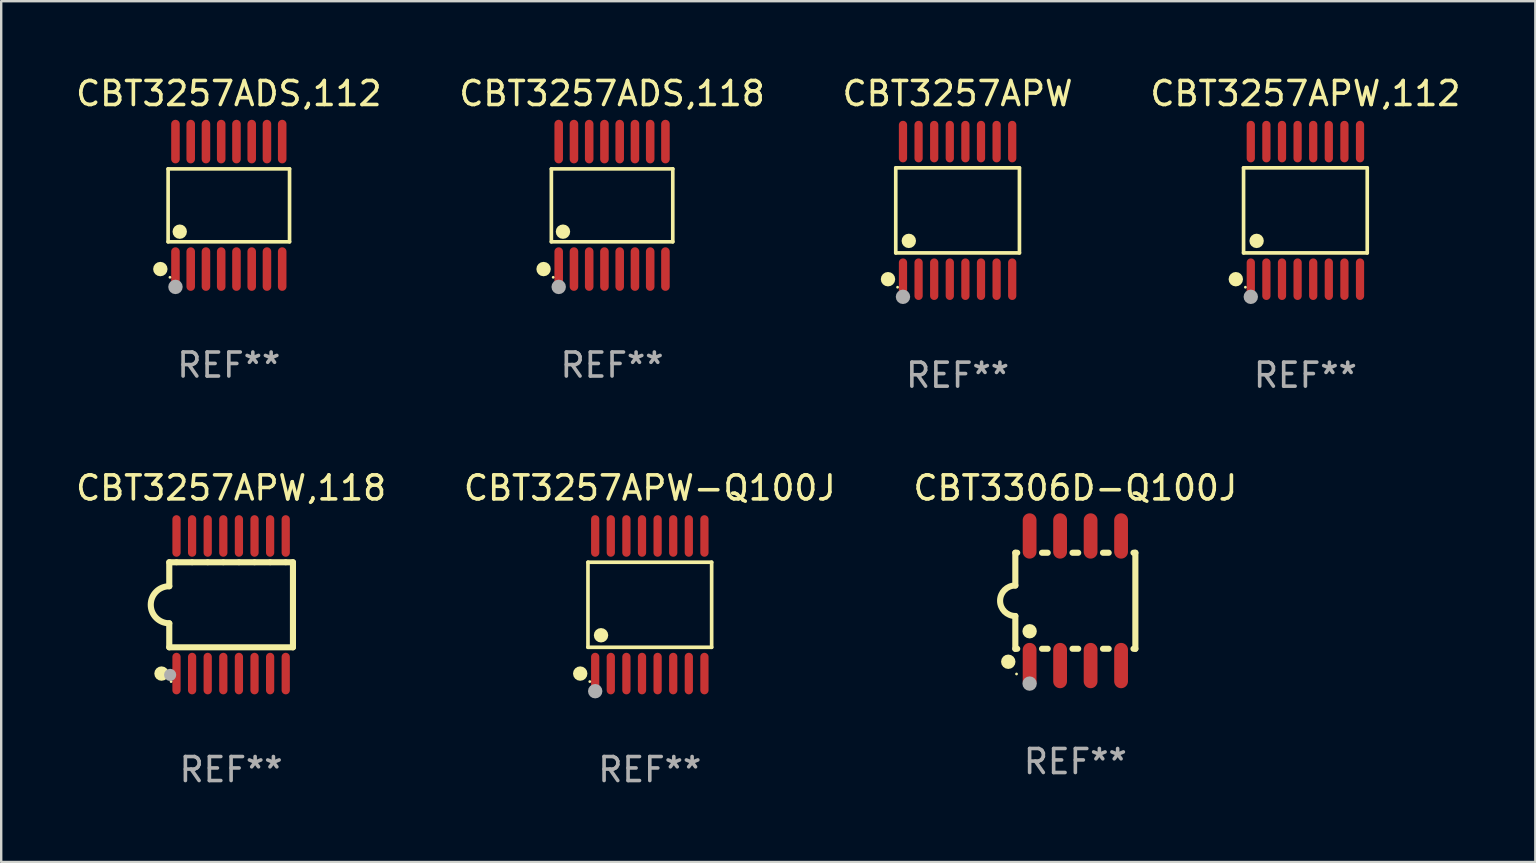
<source format=kicad_pcb>
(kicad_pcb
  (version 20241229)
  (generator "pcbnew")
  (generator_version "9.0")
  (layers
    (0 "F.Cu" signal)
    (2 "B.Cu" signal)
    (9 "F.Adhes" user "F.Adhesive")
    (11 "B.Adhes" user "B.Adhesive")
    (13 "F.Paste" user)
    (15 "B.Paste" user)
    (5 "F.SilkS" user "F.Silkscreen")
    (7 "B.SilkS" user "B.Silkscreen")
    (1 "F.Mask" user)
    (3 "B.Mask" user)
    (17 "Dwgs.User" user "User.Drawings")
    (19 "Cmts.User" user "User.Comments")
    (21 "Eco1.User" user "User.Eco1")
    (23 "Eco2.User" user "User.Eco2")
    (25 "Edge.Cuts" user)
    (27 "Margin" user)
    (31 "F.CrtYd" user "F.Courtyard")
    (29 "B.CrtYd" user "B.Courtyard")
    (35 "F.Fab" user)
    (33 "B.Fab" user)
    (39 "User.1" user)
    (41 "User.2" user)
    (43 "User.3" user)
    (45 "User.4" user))
  (footprint "CBT3306D-Q100J"
    (layer "F.Cu")
    (at 41.744 21.975)
    (property "Reference" "CBT3306D-Q100J" (at 0 -4.699 0) (layer "F.SilkS") (effects (font (size 1 1) (thickness 0.15))))
    (attr through_hole)
    (fp_line (start -2.5 -2) (end -2.5 -0.635) (stroke (width 0.254) (type solid)) (layer "F.SilkS"))
    (fp_line (start -2.5 -2) (end -2.421 -2) (stroke (width 0.254) (type solid)) (layer "F.SilkS"))
    (fp_line (start -2.5 2) (end -2.5 0.635) (stroke (width 0.254) (type solid)) (layer "F.SilkS"))
    (fp_line (start -2.5 2) (end -2.421 2) (stroke (width 0.254) (type solid)) (layer "F.SilkS"))
    (fp_line (start -1.389 -2) (end -1.151 -2) (stroke (width 0.254) (type solid)) (layer "F.SilkS"))
    (fp_line (start -1.389 2) (end -1.151 2) (stroke (width 0.254) (type solid)) (layer "F.SilkS"))
    (fp_line (start -0.119 -2) (end 0.119 -2) (stroke (width 0.254) (type solid)) (layer "F.SilkS"))
    (fp_line (start -0.119 2) (end 0.119 2) (stroke (width 0.254) (type solid)) (layer "F.SilkS"))
    (fp_line (start 1.151 -2) (end 1.389 -2) (stroke (width 0.254) (type solid)) (layer "F.SilkS"))
    (fp_line (start 1.151 2) (end 1.389 2) (stroke (width 0.254) (type solid)) (layer "F.SilkS"))
    (fp_line (start 2.421 -2) (end 2.5 -2) (stroke (width 0.254) (type solid)) (layer "F.SilkS"))
    (fp_line (start 2.421 2) (end 2.5 2) (stroke (width 0.254) (type solid)) (layer "F.SilkS"))
    (fp_line (start 2.5 -2) (end 2.5 2) (stroke (width 0.254) (type solid)) (layer "F.SilkS"))
    (fp_arc (start -2.5 0.635001) (mid -3.134366 -0.000318) (end -2.499365 -0.635001) (stroke (width 0.254001) (type solid)) (layer "F.SilkS"))
    (fp_circle (center -2.794 2.54) (end -2.644 2.54) (stroke (width 0.3) (type solid)) (fill no) (layer "F.SilkS"))
    (fp_circle (center -2.45 3.05) (end -2.42 3.05) (stroke (width 0.06) (type solid)) (fill no) (layer "F.SilkS"))
    (fp_circle (center -1.905 1.27) (end -1.755 1.27) (stroke (width 0.3) (type solid)) (fill no) (layer "F.SilkS"))
    (fp_circle (center -1.905 3.45) (end -1.755 3.45) (stroke (width 0.3) (type solid)) (fill no) (layer "F.Fab"))
    (fp_text user "REF**" (at 0 6.699 0) (layer "F.Fab") (effects (font (size 1 1) (thickness 0.15))))
    (pad "1" smd oval (at -1.905 2.699) (size 0.574 1.888) (layers "F.Cu" "F.Mask" "F.Paste"))
    (pad "2" smd oval (at -0.635 2.699) (size 0.574 1.888) (layers "F.Cu" "F.Mask" "F.Paste"))
    (pad "3" smd oval (at 0.635 2.699) (size 0.574 1.888) (layers "F.Cu" "F.Mask" "F.Paste"))
    (pad "4" smd oval (at 1.905 2.699) (size 0.574 1.888) (layers "F.Cu" "F.Mask" "F.Paste"))
    (pad "5" smd oval (at 1.905 -2.699) (size 0.574 1.888) (layers "F.Cu" "F.Mask" "F.Paste"))
    (pad "6" smd oval (at 0.635 -2.699) (size 0.574 1.888) (layers "F.Cu" "F.Mask" "F.Paste"))
    (pad "7" smd oval (at -0.635 -2.699) (size 0.574 1.888) (layers "F.Cu" "F.Mask" "F.Paste"))
    (pad "8" smd oval (at -1.905 -2.699) (size 0.574 1.888) (layers "F.Cu" "F.Mask" "F.Paste")))
  (footprint "CBT3257APW-Q100J"
    (layer "F.Cu")
    (at 24.018 22.142)
    (property "Reference" "CBT3257APW-Q100J" (at 0 -4.866 0) (layer "F.SilkS") (effects (font (size 1 1) (thickness 0.15))))
    (attr through_hole)
    (fp_line (start -2.576 -1.772) (end 2.576 -1.772) (stroke (width 0.152) (type solid)) (layer "F.SilkS"))
    (fp_line (start -2.576 1.771) (end -2.576 -1.772) (stroke (width 0.152) (type solid)) (layer "F.SilkS"))
    (fp_line (start 2.576 -1.772) (end 2.576 1.771) (stroke (width 0.152) (type solid)) (layer "F.SilkS"))
    (fp_line (start 2.576 1.771) (end -2.576 1.771) (stroke (width 0.152) (type solid)) (layer "F.SilkS"))
    (fp_circle (center -2.899 2.866) (end -2.749 2.866) (stroke (width 0.3) (type solid)) (fill no) (layer "F.SilkS"))
    (fp_circle (center -2.5 3.2) (end -2.47 3.2) (stroke (width 0.06) (type solid)) (fill no) (layer "F.SilkS"))
    (fp_circle (center -2.032 1.27) (end -1.882 1.27) (stroke (width 0.3) (type solid)) (fill no) (layer "F.SilkS"))
    (fp_circle (center -2.275 3.6) (end -2.125 3.6) (stroke (width 0.3) (type solid)) (fill no) (layer "F.Fab"))
    (fp_text user "REF**" (at 0 6.866 0) (layer "F.Fab") (effects (font (size 1 1) (thickness 0.15))))
    (pad "1" smd oval (at -2.275 2.866) (size 0.343 1.731) (layers "F.Cu" "F.Mask" "F.Paste"))
    (pad "2" smd oval (at -1.625 2.866) (size 0.343 1.731) (layers "F.Cu" "F.Mask" "F.Paste"))
    (pad "3" smd oval (at -0.975 2.866) (size 0.343 1.731) (layers "F.Cu" "F.Mask" "F.Paste"))
    (pad "4" smd oval (at -0.325 2.866) (size 0.343 1.731) (layers "F.Cu" "F.Mask" "F.Paste"))
    (pad "5" smd oval (at 0.325 2.866) (size 0.343 1.731) (layers "F.Cu" "F.Mask" "F.Paste"))
    (pad "6" smd oval (at 0.975 2.866) (size 0.343 1.731) (layers "F.Cu" "F.Mask" "F.Paste"))
    (pad "7" smd oval (at 1.625 2.866) (size 0.343 1.731) (layers "F.Cu" "F.Mask" "F.Paste"))
    (pad "8" smd oval (at 2.275 2.866) (size 0.343 1.731) (layers "F.Cu" "F.Mask" "F.Paste"))
    (pad "9" smd oval (at 2.275 -2.866) (size 0.343 1.731) (layers "F.Cu" "F.Mask" "F.Paste"))
    (pad "10" smd oval (at 1.625 -2.866) (size 0.343 1.731) (layers "F.Cu" "F.Mask" "F.Paste"))
    (pad "11" smd oval (at 0.975 -2.866) (size 0.343 1.731) (layers "F.Cu" "F.Mask" "F.Paste"))
    (pad "12" smd oval (at 0.325 -2.866) (size 0.343 1.731) (layers "F.Cu" "F.Mask" "F.Paste"))
    (pad "13" smd oval (at -0.325 -2.866) (size 0.343 1.731) (layers "F.Cu" "F.Mask" "F.Paste"))
    (pad "14" smd oval (at -0.975 -2.866) (size 0.343 1.731) (layers "F.Cu" "F.Mask" "F.Paste"))
    (pad "15" smd oval (at -1.625 -2.866) (size 0.343 1.731) (layers "F.Cu" "F.Mask" "F.Paste"))
    (pad "16" smd oval (at -2.275 -2.866) (size 0.343 1.731) (layers "F.Cu" "F.Mask" "F.Paste")))
  (footprint "CBT3257APW"
    (layer "F.Cu")
    (at 36.839 5.714)
    (property "Reference" "CBT3257APW" (at 0 -4.866 0) (layer "F.SilkS") (effects (font (size 1 1) (thickness 0.15))))
    (attr through_hole)
    (fp_line (start -2.576 -1.772) (end 2.576 -1.772) (stroke (width 0.152) (type solid)) (layer "F.SilkS"))
    (fp_line (start -2.576 1.771) (end -2.576 -1.772) (stroke (width 0.152) (type solid)) (layer "F.SilkS"))
    (fp_line (start 2.576 -1.772) (end 2.576 1.771) (stroke (width 0.152) (type solid)) (layer "F.SilkS"))
    (fp_line (start 2.576 1.771) (end -2.576 1.771) (stroke (width 0.152) (type solid)) (layer "F.SilkS"))
    (fp_circle (center -2.899 2.866) (end -2.749 2.866) (stroke (width 0.3) (type solid)) (fill no) (layer "F.SilkS"))
    (fp_circle (center -2.5 3.2) (end -2.47 3.2) (stroke (width 0.06) (type solid)) (fill no) (layer "F.SilkS"))
    (fp_circle (center -2.032 1.27) (end -1.882 1.27) (stroke (width 0.3) (type solid)) (fill no) (layer "F.SilkS"))
    (fp_circle (center -2.275 3.6) (end -2.125 3.6) (stroke (width 0.3) (type solid)) (fill no) (layer "F.Fab"))
    (fp_text user "REF**" (at 0 6.866 0) (layer "F.Fab") (effects (font (size 1 1) (thickness 0.15))))
    (pad "1" smd oval (at -2.275 2.866) (size 0.343 1.731) (layers "F.Cu" "F.Mask" "F.Paste"))
    (pad "2" smd oval (at -1.625 2.866) (size 0.343 1.731) (layers "F.Cu" "F.Mask" "F.Paste"))
    (pad "3" smd oval (at -0.975 2.866) (size 0.343 1.731) (layers "F.Cu" "F.Mask" "F.Paste"))
    (pad "4" smd oval (at -0.325 2.866) (size 0.343 1.731) (layers "F.Cu" "F.Mask" "F.Paste"))
    (pad "5" smd oval (at 0.325 2.866) (size 0.343 1.731) (layers "F.Cu" "F.Mask" "F.Paste"))
    (pad "6" smd oval (at 0.975 2.866) (size 0.343 1.731) (layers "F.Cu" "F.Mask" "F.Paste"))
    (pad "7" smd oval (at 1.625 2.866) (size 0.343 1.731) (layers "F.Cu" "F.Mask" "F.Paste"))
    (pad "8" smd oval (at 2.275 2.866) (size 0.343 1.731) (layers "F.Cu" "F.Mask" "F.Paste"))
    (pad "9" smd oval (at 2.275 -2.866) (size 0.343 1.731) (layers "F.Cu" "F.Mask" "F.Paste"))
    (pad "10" smd oval (at 1.625 -2.866) (size 0.343 1.731) (layers "F.Cu" "F.Mask" "F.Paste"))
    (pad "11" smd oval (at 0.975 -2.866) (size 0.343 1.731) (layers "F.Cu" "F.Mask" "F.Paste"))
    (pad "12" smd oval (at 0.325 -2.866) (size 0.343 1.731) (layers "F.Cu" "F.Mask" "F.Paste"))
    (pad "13" smd oval (at -0.325 -2.866) (size 0.343 1.731) (layers "F.Cu" "F.Mask" "F.Paste"))
    (pad "14" smd oval (at -0.975 -2.866) (size 0.343 1.731) (layers "F.Cu" "F.Mask" "F.Paste"))
    (pad "15" smd oval (at -1.625 -2.866) (size 0.343 1.731) (layers "F.Cu" "F.Mask" "F.Paste"))
    (pad "16" smd oval (at -2.275 -2.866) (size 0.343 1.731) (layers "F.Cu" "F.Mask" "F.Paste")))
  (footprint "CBT3257APW,118"
    (layer "F.Cu")
    (at 6.577 22.142)
    (property "Reference" "CBT3257APW,118" (at 0 -4.866 0) (layer "F.SilkS") (effects (font (size 1 1) (thickness 0.15))))
    (attr through_hole)
    (fp_line (start -2.576 -1.771) (end -2.576 -0.771) (stroke (width 0.254) (type solid)) (layer "F.SilkS"))
    (fp_line (start -2.576 -1.771) (end -2.289 -1.771) (stroke (width 0.254) (type solid)) (layer "F.SilkS"))
    (fp_line (start -2.576 1.771) (end -2.576 0.771) (stroke (width 0.254) (type solid)) (layer "F.SilkS"))
    (fp_line (start -2.261 -1.771) (end -1.639 -1.771) (stroke (width 0.254) (type solid)) (layer "F.SilkS"))
    (fp_line (start -1.612 -1.771) (end -0.989 -1.771) (stroke (width 0.254) (type solid)) (layer "F.SilkS"))
    (fp_line (start -0.962 -1.771) (end -0.338 -1.771) (stroke (width 0.254) (type solid)) (layer "F.SilkS"))
    (fp_line (start -0.311 -1.771) (end 0.312 -1.771) (stroke (width 0.254) (type solid)) (layer "F.SilkS"))
    (fp_line (start 0.339 -1.771) (end 0.962 -1.771) (stroke (width 0.254) (type solid)) (layer "F.SilkS"))
    (fp_line (start 0.989 -1.771) (end 1.612 -1.771) (stroke (width 0.254) (type solid)) (layer "F.SilkS"))
    (fp_line (start 1.639 -1.771) (end 2.261 -1.771) (stroke (width 0.254) (type solid)) (layer "F.SilkS"))
    (fp_line (start 2.289 -1.771) (end 2.576 -1.771) (stroke (width 0.254) (type solid)) (layer "F.SilkS"))
    (fp_line (start 2.576 -1.771) (end 2.576 1.771) (stroke (width 0.254) (type solid)) (layer "F.SilkS"))
    (fp_line (start 2.576 1.771) (end -2.576 1.771) (stroke (width 0.254) (type solid)) (layer "F.SilkS"))
    (fp_arc (start -2.576226 0.7714) (mid -3.346889 -0.000648) (end -2.575311 -0.771781) (stroke (width 0.254001) (type solid)) (layer "F.SilkS"))
    (fp_circle (center -2.899 2.866) (end -2.749 2.866) (stroke (width 0.3) (type solid)) (fill no) (layer "F.SilkS"))
    (fp_circle (center -2.5 3.2) (end -2.47 3.2) (stroke (width 0.06) (type solid)) (fill no) (layer "F.SilkS"))
    (fp_circle (center -2.54 2.921) (end -2.413 2.921) (stroke (width 0.254) (type solid)) (fill no) (layer "F.Fab"))
    (fp_text user "REF**" (at 0 6.866 0) (layer "F.Fab") (effects (font (size 1 1) (thickness 0.15))))
    (pad "1" smd oval (at -2.275 2.866) (size 0.343 1.731) (layers "F.Cu" "F.Mask" "F.Paste"))
    (pad "2" smd oval (at -1.625 2.866) (size 0.343 1.731) (layers "F.Cu" "F.Mask" "F.Paste"))
    (pad "3" smd oval (at -0.975 2.866) (size 0.343 1.731) (layers "F.Cu" "F.Mask" "F.Paste"))
    (pad "4" smd oval (at -0.325 2.866) (size 0.343 1.731) (layers "F.Cu" "F.Mask" "F.Paste"))
    (pad "5" smd oval (at 0.325 2.866) (size 0.343 1.731) (layers "F.Cu" "F.Mask" "F.Paste"))
    (pad "6" smd oval (at 0.975 2.866) (size 0.343 1.731) (layers "F.Cu" "F.Mask" "F.Paste"))
    (pad "7" smd oval (at 1.625 2.866) (size 0.343 1.731) (layers "F.Cu" "F.Mask" "F.Paste"))
    (pad "8" smd oval (at 2.275 2.866) (size 0.343 1.731) (layers "F.Cu" "F.Mask" "F.Paste"))
    (pad "9" smd oval (at 2.275 -2.866) (size 0.343 1.731) (layers "F.Cu" "F.Mask" "F.Paste"))
    (pad "10" smd oval (at 1.625 -2.866) (size 0.343 1.731) (layers "F.Cu" "F.Mask" "F.Paste"))
    (pad "11" smd oval (at 0.975 -2.866) (size 0.343 1.731) (layers "F.Cu" "F.Mask" "F.Paste"))
    (pad "12" smd oval (at 0.325 -2.866) (size 0.343 1.731) (layers "F.Cu" "F.Mask" "F.Paste"))
    (pad "13" smd oval (at -0.325 -2.866) (size 0.343 1.731) (layers "F.Cu" "F.Mask" "F.Paste"))
    (pad "14" smd oval (at -0.975 -2.866) (size 0.343 1.731) (layers "F.Cu" "F.Mask" "F.Paste"))
    (pad "15" smd oval (at -1.625 -2.866) (size 0.343 1.731) (layers "F.Cu" "F.Mask" "F.Paste"))
    (pad "16" smd oval (at -2.275 -2.866) (size 0.343 1.731) (layers "F.Cu" "F.Mask" "F.Paste")))
  (footprint "CBT3257ADS,118"
    (layer "F.Cu")
    (at 22.446 5.503)
    (property "Reference" "CBT3257ADS,118" (at 0 -4.655 0) (layer "F.SilkS") (effects (font (size 1 1) (thickness 0.15))))
    (attr through_hole)
    (fp_line (start -2.529 -1.519) (end 2.529 -1.519) (stroke (width 0.152) (type solid)) (layer "F.SilkS"))
    (fp_line (start -2.529 1.519) (end -2.529 -1.519) (stroke (width 0.152) (type solid)) (layer "F.SilkS"))
    (fp_line (start 2.529 -1.519) (end 2.529 1.519) (stroke (width 0.152) (type solid)) (layer "F.SilkS"))
    (fp_line (start 2.529 1.519) (end -2.529 1.519) (stroke (width 0.152) (type solid)) (layer "F.SilkS"))
    (fp_circle (center -2.853 2.655) (end -2.703 2.655) (stroke (width 0.3) (type solid)) (fill no) (layer "F.SilkS"))
    (fp_circle (center -2.453 2.998) (end -2.423 2.998) (stroke (width 0.06) (type solid)) (fill no) (layer "F.SilkS"))
    (fp_circle (center -2.045 1.097) (end -1.895 1.097) (stroke (width 0.3) (type solid)) (fill no) (layer "F.SilkS"))
    (fp_circle (center -2.223 3.398) (end -2.072 3.398) (stroke (width 0.3) (type solid)) (fill no) (layer "F.Fab"))
    (fp_text user "REF**" (at 0 6.655 0) (layer "F.Fab") (effects (font (size 1 1) (thickness 0.15))))
    (pad "1" smd oval (at -2.223 2.655) (size 0.356 1.815) (layers "F.Cu" "F.Mask" "F.Paste"))
    (pad "2" smd oval (at -1.588 2.655) (size 0.356 1.815) (layers "F.Cu" "F.Mask" "F.Paste"))
    (pad "3" smd oval (at -0.953 2.655) (size 0.356 1.815) (layers "F.Cu" "F.Mask" "F.Paste"))
    (pad "4" smd oval (at -0.318 2.655) (size 0.356 1.815) (layers "F.Cu" "F.Mask" "F.Paste"))
    (pad "5" smd oval (at 0.318 2.655) (size 0.356 1.815) (layers "F.Cu" "F.Mask" "F.Paste"))
    (pad "6" smd oval (at 0.953 2.655) (size 0.356 1.815) (layers "F.Cu" "F.Mask" "F.Paste"))
    (pad "7" smd oval (at 1.588 2.655) (size 0.356 1.815) (layers "F.Cu" "F.Mask" "F.Paste"))
    (pad "8" smd oval (at 2.223 2.655) (size 0.356 1.815) (layers "F.Cu" "F.Mask" "F.Paste"))
    (pad "9" smd oval (at 2.223 -2.655) (size 0.356 1.815) (layers "F.Cu" "F.Mask" "F.Paste"))
    (pad "10" smd oval (at 1.588 -2.655) (size 0.356 1.815) (layers "F.Cu" "F.Mask" "F.Paste"))
    (pad "11" smd oval (at 0.953 -2.655) (size 0.356 1.815) (layers "F.Cu" "F.Mask" "F.Paste"))
    (pad "12" smd oval (at 0.318 -2.655) (size 0.356 1.815) (layers "F.Cu" "F.Mask" "F.Paste"))
    (pad "13" smd oval (at -0.318 -2.655) (size 0.356 1.815) (layers "F.Cu" "F.Mask" "F.Paste"))
    (pad "14" smd oval (at -0.953 -2.655) (size 0.356 1.815) (layers "F.Cu" "F.Mask" "F.Paste"))
    (pad "15" smd oval (at -1.588 -2.655) (size 0.356 1.815) (layers "F.Cu" "F.Mask" "F.Paste"))
    (pad "16" smd oval (at -2.223 -2.655) (size 0.356 1.815) (layers "F.Cu" "F.Mask" "F.Paste")))
  (footprint "CBT3257APW,112"
    (layer "F.Cu")
    (at 51.327 5.714)
    (property "Reference" "CBT3257APW,112" (at 0 -4.866 0) (layer "F.SilkS") (effects (font (size 1 1) (thickness 0.15))))
    (attr through_hole)
    (fp_line (start -2.576 -1.772) (end 2.576 -1.772) (stroke (width 0.152) (type solid)) (layer "F.SilkS"))
    (fp_line (start -2.576 1.771) (end -2.576 -1.772) (stroke (width 0.152) (type solid)) (layer "F.SilkS"))
    (fp_line (start 2.576 -1.772) (end 2.576 1.771) (stroke (width 0.152) (type solid)) (layer "F.SilkS"))
    (fp_line (start 2.576 1.771) (end -2.576 1.771) (stroke (width 0.152) (type solid)) (layer "F.SilkS"))
    (fp_circle (center -2.899 2.866) (end -2.749 2.866) (stroke (width 0.3) (type solid)) (fill no) (layer "F.SilkS"))
    (fp_circle (center -2.5 3.2) (end -2.47 3.2) (stroke (width 0.06) (type solid)) (fill no) (layer "F.SilkS"))
    (fp_circle (center -2.032 1.27) (end -1.882 1.27) (stroke (width 0.3) (type solid)) (fill no) (layer "F.SilkS"))
    (fp_circle (center -2.275 3.6) (end -2.125 3.6) (stroke (width 0.3) (type solid)) (fill no) (layer "F.Fab"))
    (fp_text user "REF**" (at 0 6.866 0) (layer "F.Fab") (effects (font (size 1 1) (thickness 0.15))))
    (pad "1" smd oval (at -2.275 2.866) (size 0.343 1.731) (layers "F.Cu" "F.Mask" "F.Paste"))
    (pad "2" smd oval (at -1.625 2.866) (size 0.343 1.731) (layers "F.Cu" "F.Mask" "F.Paste"))
    (pad "3" smd oval (at -0.975 2.866) (size 0.343 1.731) (layers "F.Cu" "F.Mask" "F.Paste"))
    (pad "4" smd oval (at -0.325 2.866) (size 0.343 1.731) (layers "F.Cu" "F.Mask" "F.Paste"))
    (pad "5" smd oval (at 0.325 2.866) (size 0.343 1.731) (layers "F.Cu" "F.Mask" "F.Paste"))
    (pad "6" smd oval (at 0.975 2.866) (size 0.343 1.731) (layers "F.Cu" "F.Mask" "F.Paste"))
    (pad "7" smd oval (at 1.625 2.866) (size 0.343 1.731) (layers "F.Cu" "F.Mask" "F.Paste"))
    (pad "8" smd oval (at 2.275 2.866) (size 0.343 1.731) (layers "F.Cu" "F.Mask" "F.Paste"))
    (pad "9" smd oval (at 2.275 -2.866) (size 0.343 1.731) (layers "F.Cu" "F.Mask" "F.Paste"))
    (pad "10" smd oval (at 1.625 -2.866) (size 0.343 1.731) (layers "F.Cu" "F.Mask" "F.Paste"))
    (pad "11" smd oval (at 0.975 -2.866) (size 0.343 1.731) (layers "F.Cu" "F.Mask" "F.Paste"))
    (pad "12" smd oval (at 0.325 -2.866) (size 0.343 1.731) (layers "F.Cu" "F.Mask" "F.Paste"))
    (pad "13" smd oval (at -0.325 -2.866) (size 0.343 1.731) (layers "F.Cu" "F.Mask" "F.Paste"))
    (pad "14" smd oval (at -0.975 -2.866) (size 0.343 1.731) (layers "F.Cu" "F.Mask" "F.Paste"))
    (pad "15" smd oval (at -1.625 -2.866) (size 0.343 1.731) (layers "F.Cu" "F.Mask" "F.Paste"))
    (pad "16" smd oval (at -2.275 -2.866) (size 0.343 1.731) (layers "F.Cu" "F.Mask" "F.Paste")))
  (footprint "CBT3257ADS,112"
    (layer "F.Cu")
    (at 6.482 5.503)
    (property "Reference" "CBT3257ADS,112" (at 0 -4.655 0) (layer "F.SilkS") (effects (font (size 1 1) (thickness 0.15))))
    (attr through_hole)
    (fp_line (start -2.529 -1.519) (end 2.529 -1.519) (stroke (width 0.152) (type solid)) (layer "F.SilkS"))
    (fp_line (start -2.529 1.519) (end -2.529 -1.519) (stroke (width 0.152) (type solid)) (layer "F.SilkS"))
    (fp_line (start 2.529 -1.519) (end 2.529 1.519) (stroke (width 0.152) (type solid)) (layer "F.SilkS"))
    (fp_line (start 2.529 1.519) (end -2.529 1.519) (stroke (width 0.152) (type solid)) (layer "F.SilkS"))
    (fp_circle (center -2.853 2.655) (end -2.703 2.655) (stroke (width 0.3) (type solid)) (fill no) (layer "F.SilkS"))
    (fp_circle (center -2.453 2.998) (end -2.423 2.998) (stroke (width 0.06) (type solid)) (fill no) (layer "F.SilkS"))
    (fp_circle (center -2.045 1.097) (end -1.895 1.097) (stroke (width 0.3) (type solid)) (fill no) (layer "F.SilkS"))
    (fp_circle (center -2.223 3.398) (end -2.072 3.398) (stroke (width 0.3) (type solid)) (fill no) (layer "F.Fab"))
    (fp_text user "REF**" (at 0 6.655 0) (layer "F.Fab") (effects (font (size 1 1) (thickness 0.15))))
    (pad "1" smd oval (at -2.223 2.655) (size 0.356 1.815) (layers "F.Cu" "F.Mask" "F.Paste"))
    (pad "2" smd oval (at -1.588 2.655) (size 0.356 1.815) (layers "F.Cu" "F.Mask" "F.Paste"))
    (pad "3" smd oval (at -0.953 2.655) (size 0.356 1.815) (layers "F.Cu" "F.Mask" "F.Paste"))
    (pad "4" smd oval (at -0.318 2.655) (size 0.356 1.815) (layers "F.Cu" "F.Mask" "F.Paste"))
    (pad "5" smd oval (at 0.318 2.655) (size 0.356 1.815) (layers "F.Cu" "F.Mask" "F.Paste"))
    (pad "6" smd oval (at 0.953 2.655) (size 0.356 1.815) (layers "F.Cu" "F.Mask" "F.Paste"))
    (pad "7" smd oval (at 1.588 2.655) (size 0.356 1.815) (layers "F.Cu" "F.Mask" "F.Paste"))
    (pad "8" smd oval (at 2.223 2.655) (size 0.356 1.815) (layers "F.Cu" "F.Mask" "F.Paste"))
    (pad "9" smd oval (at 2.223 -2.655) (size 0.356 1.815) (layers "F.Cu" "F.Mask" "F.Paste"))
    (pad "10" smd oval (at 1.588 -2.655) (size 0.356 1.815) (layers "F.Cu" "F.Mask" "F.Paste"))
    (pad "11" smd oval (at 0.953 -2.655) (size 0.356 1.815) (layers "F.Cu" "F.Mask" "F.Paste"))
    (pad "12" smd oval (at 0.318 -2.655) (size 0.356 1.815) (layers "F.Cu" "F.Mask" "F.Paste"))
    (pad "13" smd oval (at -0.318 -2.655) (size 0.356 1.815) (layers "F.Cu" "F.Mask" "F.Paste"))
    (pad "14" smd oval (at -0.953 -2.655) (size 0.356 1.815) (layers "F.Cu" "F.Mask" "F.Paste"))
    (pad "15" smd oval (at -1.588 -2.655) (size 0.356 1.815) (layers "F.Cu" "F.Mask" "F.Paste"))
    (pad "16" smd oval (at -2.223 -2.655) (size 0.356 1.815) (layers "F.Cu" "F.Mask" "F.Paste")))
  (gr_rect
    (start -3 -3)
    (end 60.905 32.856)
    (stroke (width 0.1) (type default))
    (fill no)
    (layer "Edge.Cuts")))
</source>
